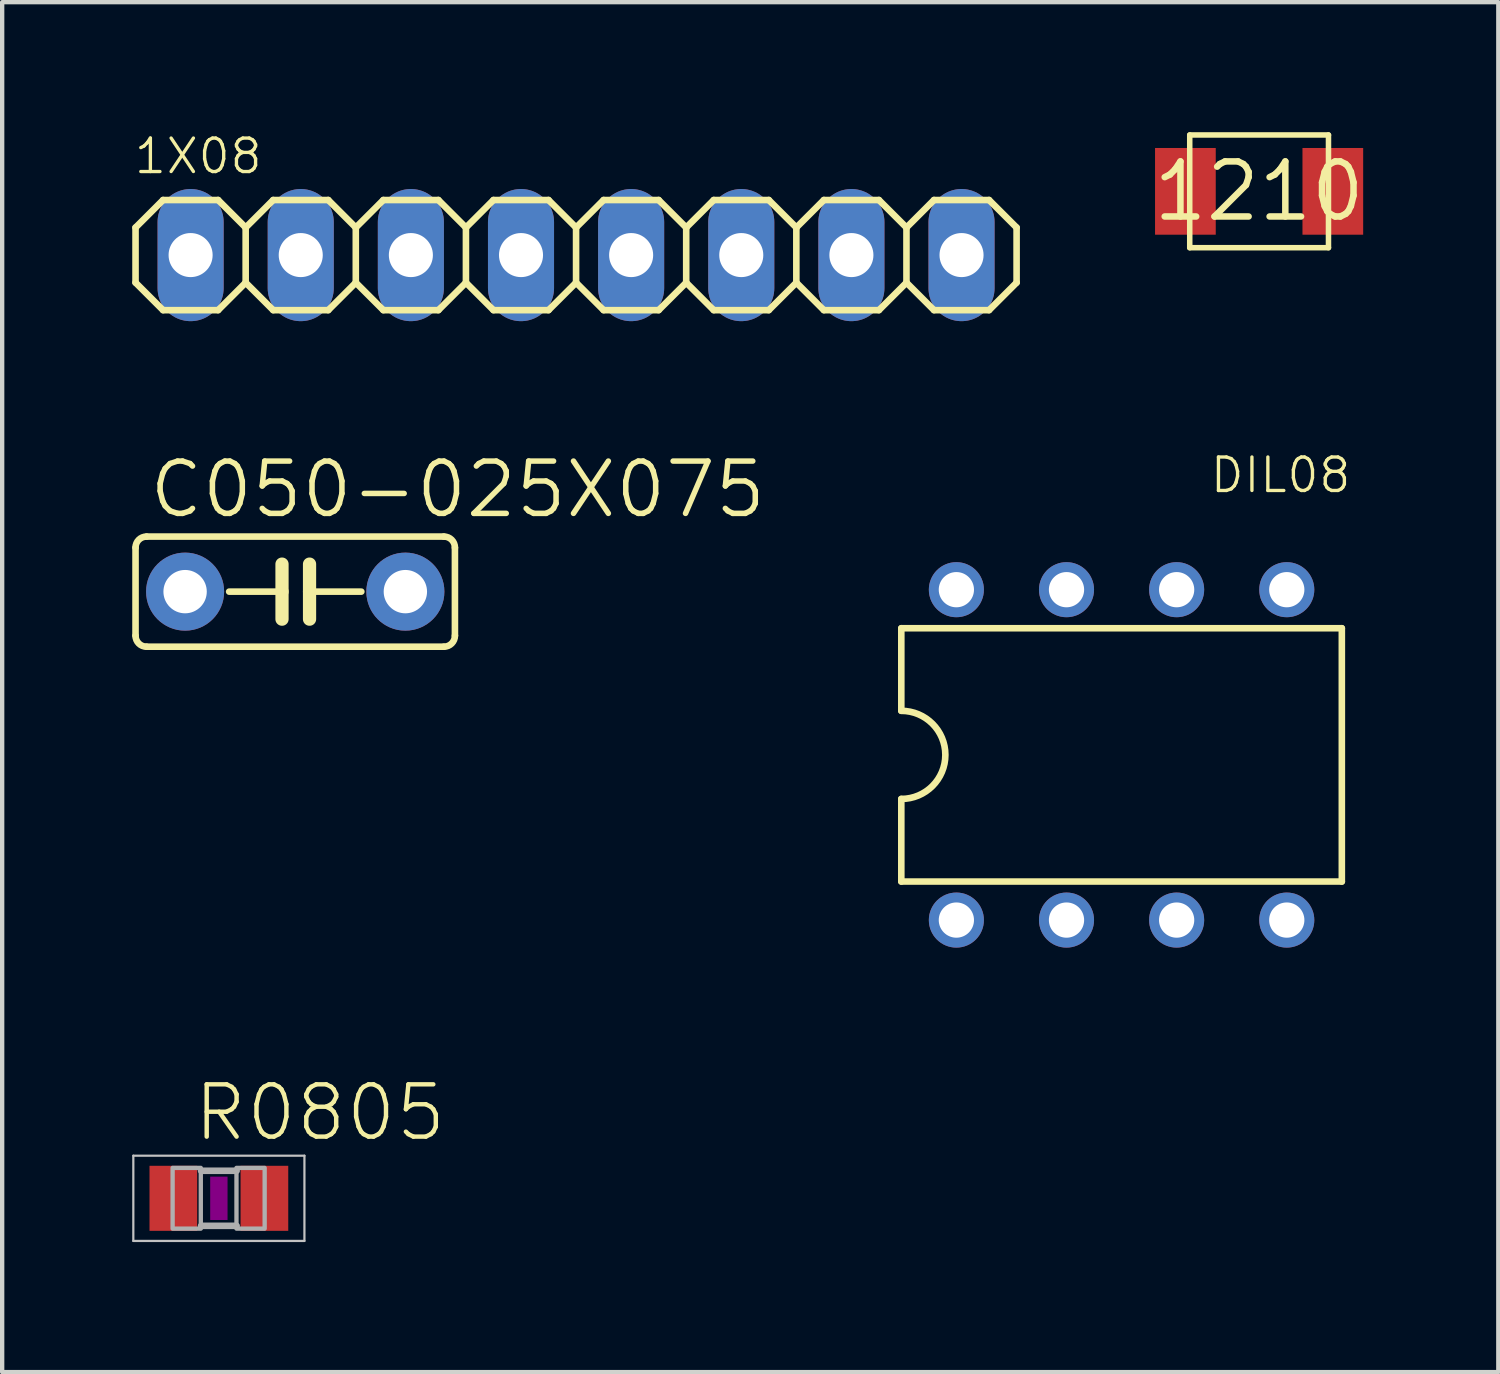
<source format=kicad_pcb>
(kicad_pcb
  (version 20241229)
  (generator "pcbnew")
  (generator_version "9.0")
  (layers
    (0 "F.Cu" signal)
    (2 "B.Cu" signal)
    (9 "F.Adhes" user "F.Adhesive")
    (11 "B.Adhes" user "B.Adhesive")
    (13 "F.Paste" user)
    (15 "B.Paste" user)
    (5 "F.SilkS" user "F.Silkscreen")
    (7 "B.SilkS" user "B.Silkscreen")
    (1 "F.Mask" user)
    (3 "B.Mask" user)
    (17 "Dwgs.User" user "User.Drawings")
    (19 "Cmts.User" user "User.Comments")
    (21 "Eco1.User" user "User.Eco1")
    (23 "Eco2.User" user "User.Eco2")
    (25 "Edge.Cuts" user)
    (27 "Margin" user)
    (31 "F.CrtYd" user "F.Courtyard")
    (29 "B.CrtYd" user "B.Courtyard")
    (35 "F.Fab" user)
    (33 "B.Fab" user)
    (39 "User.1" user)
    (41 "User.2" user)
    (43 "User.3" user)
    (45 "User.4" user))
  (footprint "1X08"
    (layer "F.Cu")
    (at 10.236 2.833)
    (property "Reference" "1X08" (at -10.236 -1.829 180) (layer "F.SilkS") (effects (font (size 0.772 0.772) (thickness 0.077)) (justify left bottom)))
    (attr through_hole)
    (fp_line (start -10.16 -0.635) (end -10.16 0.635) (stroke (width 0.152) (type solid)) (layer "F.SilkS"))
    (fp_line (start -10.16 0.635) (end -9.525 1.27) (stroke (width 0.152) (type solid)) (layer "F.SilkS"))
    (fp_line (start -9.525 -1.27) (end -10.16 -0.635) (stroke (width 0.152) (type solid)) (layer "F.SilkS"))
    (fp_line (start -9.525 -1.27) (end -8.255 -1.27) (stroke (width 0.152) (type solid)) (layer "F.SilkS"))
    (fp_line (start -8.255 -1.27) (end -7.62 -0.635) (stroke (width 0.152) (type solid)) (layer "F.SilkS"))
    (fp_line (start -8.255 1.27) (end -9.525 1.27) (stroke (width 0.152) (type solid)) (layer "F.SilkS"))
    (fp_line (start -7.62 -0.635) (end -7.62 0.635) (stroke (width 0.152) (type solid)) (layer "F.SilkS"))
    (fp_line (start -7.62 -0.635) (end -6.985 -1.27) (stroke (width 0.152) (type solid)) (layer "F.SilkS"))
    (fp_line (start -7.62 0.635) (end -8.255 1.27) (stroke (width 0.152) (type solid)) (layer "F.SilkS"))
    (fp_line (start -6.985 -1.27) (end -5.715 -1.27) (stroke (width 0.152) (type solid)) (layer "F.SilkS"))
    (fp_line (start -6.985 1.27) (end -7.62 0.635) (stroke (width 0.152) (type solid)) (layer "F.SilkS"))
    (fp_line (start -5.715 -1.27) (end -5.08 -0.635) (stroke (width 0.152) (type solid)) (layer "F.SilkS"))
    (fp_line (start -5.715 1.27) (end -6.985 1.27) (stroke (width 0.152) (type solid)) (layer "F.SilkS"))
    (fp_line (start -5.08 -0.635) (end -5.08 0.635) (stroke (width 0.152) (type solid)) (layer "F.SilkS"))
    (fp_line (start -5.08 -0.635) (end -4.445 -1.27) (stroke (width 0.152) (type solid)) (layer "F.SilkS"))
    (fp_line (start -5.08 0.635) (end -5.715 1.27) (stroke (width 0.152) (type solid)) (layer "F.SilkS"))
    (fp_line (start -4.445 -1.27) (end -3.175 -1.27) (stroke (width 0.152) (type solid)) (layer "F.SilkS"))
    (fp_line (start -4.445 1.27) (end -5.08 0.635) (stroke (width 0.152) (type solid)) (layer "F.SilkS"))
    (fp_line (start -3.175 -1.27) (end -2.54 -0.635) (stroke (width 0.152) (type solid)) (layer "F.SilkS"))
    (fp_line (start -3.175 1.27) (end -4.445 1.27) (stroke (width 0.152) (type solid)) (layer "F.SilkS"))
    (fp_line (start -2.54 -0.635) (end -2.54 0.635) (stroke (width 0.152) (type solid)) (layer "F.SilkS"))
    (fp_line (start -2.54 0.635) (end -3.175 1.27) (stroke (width 0.152) (type solid)) (layer "F.SilkS"))
    (fp_line (start -2.54 0.635) (end -1.905 1.27) (stroke (width 0.152) (type solid)) (layer "F.SilkS"))
    (fp_line (start -1.905 -1.27) (end -2.54 -0.635) (stroke (width 0.152) (type solid)) (layer "F.SilkS"))
    (fp_line (start -1.905 -1.27) (end -0.635 -1.27) (stroke (width 0.152) (type solid)) (layer "F.SilkS"))
    (fp_line (start -0.635 -1.27) (end 0 -0.635) (stroke (width 0.152) (type solid)) (layer "F.SilkS"))
    (fp_line (start -0.635 1.27) (end -1.905 1.27) (stroke (width 0.152) (type solid)) (layer "F.SilkS"))
    (fp_line (start 0 -0.635) (end 0 0.635) (stroke (width 0.152) (type solid)) (layer "F.SilkS"))
    (fp_line (start 0 -0.635) (end 0.635 -1.27) (stroke (width 0.152) (type solid)) (layer "F.SilkS"))
    (fp_line (start 0 0.635) (end -0.635 1.27) (stroke (width 0.152) (type solid)) (layer "F.SilkS"))
    (fp_line (start 0.635 -1.27) (end 1.905 -1.27) (stroke (width 0.152) (type solid)) (layer "F.SilkS"))
    (fp_line (start 0.635 1.27) (end 0 0.635) (stroke (width 0.152) (type solid)) (layer "F.SilkS"))
    (fp_line (start 1.905 -1.27) (end 2.54 -0.635) (stroke (width 0.152) (type solid)) (layer "F.SilkS"))
    (fp_line (start 1.905 1.27) (end 0.635 1.27) (stroke (width 0.152) (type solid)) (layer "F.SilkS"))
    (fp_line (start 2.54 -0.635) (end 2.54 0.635) (stroke (width 0.152) (type solid)) (layer "F.SilkS"))
    (fp_line (start 2.54 -0.635) (end 3.175 -1.27) (stroke (width 0.152) (type solid)) (layer "F.SilkS"))
    (fp_line (start 2.54 0.635) (end 1.905 1.27) (stroke (width 0.152) (type solid)) (layer "F.SilkS"))
    (fp_line (start 3.175 -1.27) (end 4.445 -1.27) (stroke (width 0.152) (type solid)) (layer "F.SilkS"))
    (fp_line (start 3.175 1.27) (end 2.54 0.635) (stroke (width 0.152) (type solid)) (layer "F.SilkS"))
    (fp_line (start 4.445 -1.27) (end 5.08 -0.635) (stroke (width 0.152) (type solid)) (layer "F.SilkS"))
    (fp_line (start 4.445 1.27) (end 3.175 1.27) (stroke (width 0.152) (type solid)) (layer "F.SilkS"))
    (fp_line (start 5.08 -0.635) (end 5.08 0.635) (stroke (width 0.152) (type solid)) (layer "F.SilkS"))
    (fp_line (start 5.08 0.635) (end 4.445 1.27) (stroke (width 0.152) (type solid)) (layer "F.SilkS"))
    (fp_line (start 5.08 0.635) (end 5.715 1.27) (stroke (width 0.152) (type solid)) (layer "F.SilkS"))
    (fp_line (start 5.715 -1.27) (end 5.08 -0.635) (stroke (width 0.152) (type solid)) (layer "F.SilkS"))
    (fp_line (start 5.715 -1.27) (end 6.985 -1.27) (stroke (width 0.152) (type solid)) (layer "F.SilkS"))
    (fp_line (start 6.985 -1.27) (end 7.62 -0.635) (stroke (width 0.152) (type solid)) (layer "F.SilkS"))
    (fp_line (start 6.985 1.27) (end 5.715 1.27) (stroke (width 0.152) (type solid)) (layer "F.SilkS"))
    (fp_line (start 7.62 -0.635) (end 7.62 0.635) (stroke (width 0.152) (type solid)) (layer "F.SilkS"))
    (fp_line (start 7.62 0.635) (end 6.985 1.27) (stroke (width 0.152) (type solid)) (layer "F.SilkS"))
    (fp_line (start 7.62 0.635) (end 8.255 1.27) (stroke (width 0.152) (type solid)) (layer "F.SilkS"))
    (fp_line (start 8.255 -1.27) (end 7.62 -0.635) (stroke (width 0.152) (type solid)) (layer "F.SilkS"))
    (fp_line (start 8.255 -1.27) (end 9.525 -1.27) (stroke (width 0.152) (type solid)) (layer "F.SilkS"))
    (fp_line (start 9.525 -1.27) (end 10.16 -0.635) (stroke (width 0.152) (type solid)) (layer "F.SilkS"))
    (fp_line (start 9.525 1.27) (end 8.255 1.27) (stroke (width 0.152) (type solid)) (layer "F.SilkS"))
    (fp_line (start 10.16 -0.635) (end 10.16 0.635) (stroke (width 0.152) (type solid)) (layer "F.SilkS"))
    (fp_line (start 10.16 0.635) (end 9.525 1.27) (stroke (width 0.152) (type solid)) (layer "F.SilkS"))
    (fp_poly (pts (xy -9.144 0.254) (xy -8.636 0.254) (xy -8.636 -0.254) (xy -9.144 -0.254)) (stroke (width 0.1) (type solid)) (fill no) (layer "F.Fab"))
    (fp_poly (pts (xy -6.604 0.254) (xy -6.096 0.254) (xy -6.096 -0.254) (xy -6.604 -0.254)) (stroke (width 0.1) (type solid)) (fill no) (layer "F.Fab"))
    (fp_poly (pts (xy -4.064 0.254) (xy -3.556 0.254) (xy -3.556 -0.254) (xy -4.064 -0.254)) (stroke (width 0.1) (type solid)) (fill no) (layer "F.Fab"))
    (fp_poly (pts (xy -1.524 0.254) (xy -1.016 0.254) (xy -1.016 -0.254) (xy -1.524 -0.254)) (stroke (width 0.1) (type solid)) (fill no) (layer "F.Fab"))
    (fp_poly (pts (xy 1.016 0.254) (xy 1.524 0.254) (xy 1.524 -0.254) (xy 1.016 -0.254)) (stroke (width 0.1) (type solid)) (fill no) (layer "F.Fab"))
    (fp_poly (pts (xy 3.556 0.254) (xy 4.064 0.254) (xy 4.064 -0.254) (xy 3.556 -0.254)) (stroke (width 0.1) (type solid)) (fill no) (layer "F.Fab"))
    (fp_poly (pts (xy 6.096 0.254) (xy 6.604 0.254) (xy 6.604 -0.254) (xy 6.096 -0.254)) (stroke (width 0.1) (type solid)) (fill no) (layer "F.Fab"))
    (fp_poly (pts (xy 8.636 0.254) (xy 9.144 0.254) (xy 9.144 -0.254) (xy 8.636 -0.254)) (stroke (width 0.1) (type solid)) (fill no) (layer "F.Fab"))
    (pad "1" thru_hole oval (at -8.89 0 90) (size 3.048 1.524) (drill 1.016) (layers "*.Cu" "*.Mask"))
    (pad "2" thru_hole oval (at -6.35 0 90) (size 3.048 1.524) (drill 1.016) (layers "*.Cu" "*.Mask"))
    (pad "3" thru_hole oval (at -3.81 0 90) (size 3.048 1.524) (drill 1.016) (layers "*.Cu" "*.Mask"))
    (pad "4" thru_hole oval (at -1.27 0 90) (size 3.048 1.524) (drill 1.016) (layers "*.Cu" "*.Mask"))
    (pad "5" thru_hole oval (at 1.27 0 90) (size 3.048 1.524) (drill 1.016) (layers "*.Cu" "*.Mask"))
    (pad "6" thru_hole oval (at 3.81 0 90) (size 3.048 1.524) (drill 1.016) (layers "*.Cu" "*.Mask"))
    (pad "7" thru_hole oval (at 6.35 0 90) (size 3.048 1.524) (drill 1.016) (layers "*.Cu" "*.Mask"))
    (pad "8" thru_hole oval (at 8.89 0 90) (size 3.048 1.524) (drill 1.016) (layers "*.Cu" "*.Mask")))
  (footprint "1210"
    (layer "F.Cu")
    (at 25.989 1.363)
    (property "Reference" "1210" (at 0 0 0) (layer "F.SilkS") (effects (font (size 1.27 1.27) (thickness 0.15))))
    (attr through_hole)
    (fp_line (start -1.6 -1.3) (end -1.6 1.3) (stroke (width 0.127) (type solid)) (layer "F.SilkS"))
    (fp_line (start -1.6 1.3) (end 1.6 1.3) (stroke (width 0.127) (type solid)) (layer "F.SilkS"))
    (fp_line (start 1.6 -1.3) (end -1.6 -1.3) (stroke (width 0.127) (type solid)) (layer "F.SilkS"))
    (fp_line (start 1.6 1.3) (end 1.6 -1.3) (stroke (width 0.127) (type solid)) (layer "F.SilkS"))
    (pad "1" smd rect (at -1.7 0 90) (size 2 1.4) (layers "F.Cu" "F.Mask" "F.Paste"))
    (pad "2" smd rect (at 1.7 0 90) (size 2 1.4) (layers "F.Cu" "F.Mask" "F.Paste")))
  (footprint "DIL08"
    (layer "F.Cu")
    (at 22.817 14.36)
    (property "Reference" "DIL08" (at 2 -6 180) (layer "F.SilkS") (effects (font (size 0.772 0.772) (thickness 0.077)) (justify left bottom)))
    (attr through_hole)
    (fp_line (start -5.08 -2.921) (end -5.08 -1.016) (stroke (width 0.152) (type solid)) (layer "F.SilkS"))
    (fp_line (start -5.08 2.921) (end -5.08 1.016) (stroke (width 0.152) (type solid)) (layer "F.SilkS"))
    (fp_line (start -5.08 2.921) (end 5.08 2.921) (stroke (width 0.152) (type solid)) (layer "F.SilkS"))
    (fp_line (start 5.08 -2.921) (end -5.08 -2.921) (stroke (width 0.152) (type solid)) (layer "F.SilkS"))
    (fp_line (start 5.08 -2.921) (end 5.08 2.921) (stroke (width 0.152) (type solid)) (layer "F.SilkS"))
    (fp_arc (start -5.08 -1.016) (mid -4.064 0) (end -5.08 1.016) (stroke (width 0.1524) (type solid)) (layer "F.SilkS"))
    (pad "1" thru_hole circle (at -3.81 3.81 90) (size 1.27 1.27) (drill 0.813) (layers "*.Cu" "*.Mask"))
    (pad "2" thru_hole circle (at -1.27 3.81 90) (size 1.27 1.27) (drill 0.813) (layers "*.Cu" "*.Mask"))
    (pad "3" thru_hole circle (at 1.27 3.81 90) (size 1.27 1.27) (drill 0.813) (layers "*.Cu" "*.Mask"))
    (pad "4" thru_hole circle (at 3.81 3.81 90) (size 1.27 1.27) (drill 0.813) (layers "*.Cu" "*.Mask"))
    (pad "5" thru_hole circle (at 3.81 -3.81 90) (size 1.27 1.27) (drill 0.813) (layers "*.Cu" "*.Mask"))
    (pad "6" thru_hole circle (at 1.27 -3.81 90) (size 1.27 1.27) (drill 0.813) (layers "*.Cu" "*.Mask"))
    (pad "7" thru_hole circle (at -1.27 -3.81 90) (size 1.27 1.27) (drill 0.813) (layers "*.Cu" "*.Mask"))
    (pad "8" thru_hole circle (at -3.81 -3.81 90) (size 1.27 1.27) (drill 0.813) (layers "*.Cu" "*.Mask")))
  (footprint "R0805"
    (layer "F.Cu")
    (at 1.998 24.587)
    (property "Reference" "R0805" (at -0.635 -1.27 0) (layer "F.SilkS") (effects (font (size 1.206 1.206) (thickness 0.102)) (justify left bottom)))
    (attr through_hole)
    (fp_poly (pts (xy -0.2 0.5) (xy 0.2 0.5) (xy 0.2 -0.5) (xy -0.2 -0.5)) (stroke (width 0) (type solid)) (fill yes) (layer "F.Adhes"))
    (fp_line (start -1.973 -0.983) (end 1.973 -0.983) (stroke (width 0.051) (type solid)) (layer "Dwgs.User"))
    (fp_line (start -1.973 0.983) (end -1.973 -0.983) (stroke (width 0.051) (type solid)) (layer "Dwgs.User"))
    (fp_line (start 1.973 -0.983) (end 1.973 0.983) (stroke (width 0.051) (type solid)) (layer "Dwgs.User"))
    (fp_line (start 1.973 0.983) (end -1.973 0.983) (stroke (width 0.051) (type solid)) (layer "Dwgs.User"))
    (fp_line (start -0.41 -0.635) (end 0.41 -0.635) (stroke (width 0.152) (type solid)) (layer "F.Fab"))
    (fp_line (start -0.41 0.635) (end 0.41 0.635) (stroke (width 0.152) (type solid)) (layer "F.Fab"))
    (fp_poly (pts (xy -1.067 0.699) (xy -0.417 0.699) (xy -0.417 -0.702) (xy -1.067 -0.702)) (stroke (width 0.1) (type solid)) (fill no) (layer "F.Fab"))
    (fp_poly (pts (xy 0.406 0.699) (xy 1.056 0.699) (xy 1.056 -0.702) (xy 0.406 -0.702)) (stroke (width 0.1) (type solid)) (fill no) (layer "F.Fab"))
    (pad "1" smd rect (at -1.05 0) (size 1.1 1.5) (layers "F.Cu" "F.Mask" "F.Paste"))
    (pad "2" smd rect (at 1.05 0) (size 1.1 1.5) (layers "F.Cu" "F.Mask" "F.Paste")))
  (footprint "C050-025X075"
    (layer "F.Cu")
    (at 3.759 10.595)
    (property "Reference" "C050-025X075" (at -3.429 -1.651 0) (layer "F.SilkS") (effects (font (size 1.206 1.206) (thickness 0.127)) (justify left bottom)))
    (attr through_hole)
    (fp_line (start -3.683 -1.016) (end -3.683 1.016) (stroke (width 0.152) (type solid)) (layer "F.SilkS"))
    (fp_line (start -3.429 1.27) (end 3.429 1.27) (stroke (width 0.152) (type solid)) (layer "F.SilkS"))
    (fp_line (start -0.305 -0.635) (end -0.305 0) (stroke (width 0.305) (type solid)) (layer "F.SilkS"))
    (fp_line (start -0.305 0) (end -1.524 0) (stroke (width 0.152) (type solid)) (layer "F.SilkS"))
    (fp_line (start -0.305 0) (end -0.305 0.635) (stroke (width 0.305) (type solid)) (layer "F.SilkS"))
    (fp_line (start 0.33 -0.635) (end 0.33 0) (stroke (width 0.305) (type solid)) (layer "F.SilkS"))
    (fp_line (start 0.33 0) (end 0.33 0.635) (stroke (width 0.305) (type solid)) (layer "F.SilkS"))
    (fp_line (start 0.33 0) (end 1.524 0) (stroke (width 0.152) (type solid)) (layer "F.SilkS"))
    (fp_line (start 3.429 -1.27) (end -3.429 -1.27) (stroke (width 0.152) (type solid)) (layer "F.SilkS"))
    (fp_line (start 3.683 1.016) (end 3.683 -1.016) (stroke (width 0.152) (type solid)) (layer "F.SilkS"))
    (fp_arc (start -3.683 -1.016) (mid -3.608605 -1.195605) (end -3.429 -1.27) (stroke (width 0.1524) (type solid)) (layer "F.SilkS"))
    (fp_arc (start -3.429 1.27) (mid -3.608605 1.195605) (end -3.683 1.016) (stroke (width 0.1524) (type solid)) (layer "F.SilkS"))
    (fp_arc (start 3.429 -1.27) (mid 3.608605 -1.195605) (end 3.683 -1.016) (stroke (width 0.1524) (type solid)) (layer "F.SilkS"))
    (fp_arc (start 3.683 1.016) (mid 3.608605 1.195605) (end 3.429 1.27) (stroke (width 0.1524) (type solid)) (layer "F.SilkS"))
    (pad "1" thru_hole circle (at -2.54 0) (size 1.8 1.8) (drill 1) (layers "*.Cu" "*.Mask"))
    (pad "2" thru_hole circle (at 2.54 0) (size 1.8 1.8) (drill 1) (layers "*.Cu" "*.Mask")))
  (gr_rect
    (start -3 -3)
    (end 31.506 28.595)
    (stroke (width 0.1) (type default))
    (fill no)
    (layer "Edge.Cuts")))
</source>
